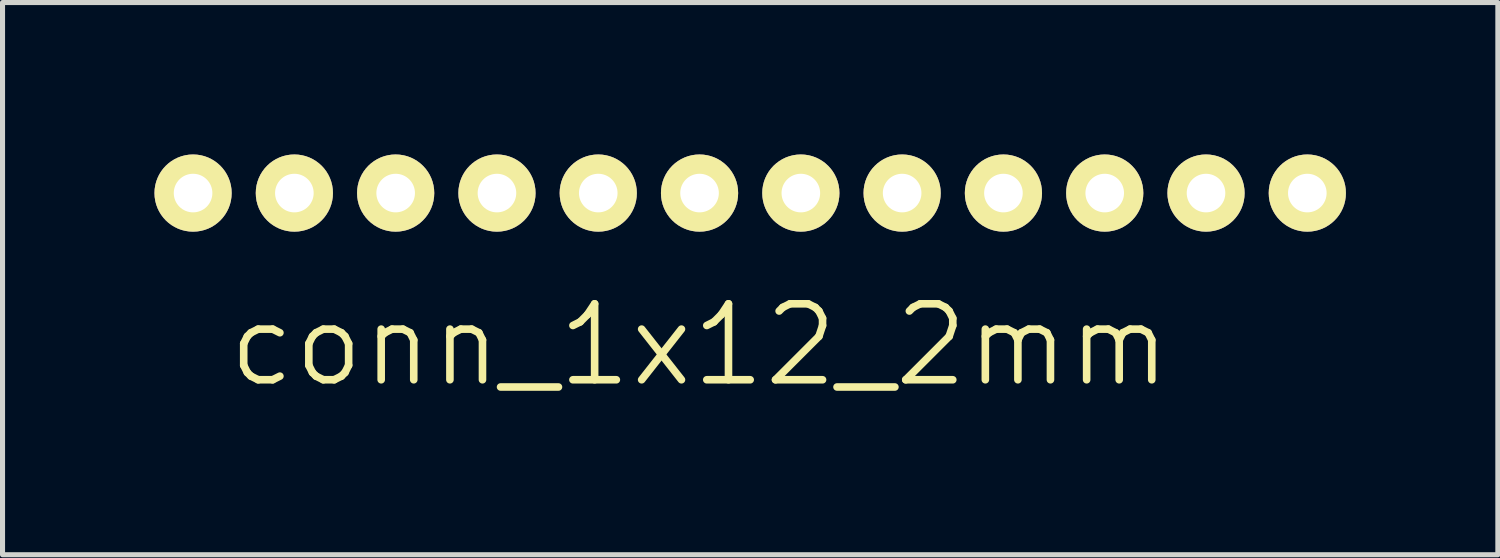
<source format=kicad_pcb>
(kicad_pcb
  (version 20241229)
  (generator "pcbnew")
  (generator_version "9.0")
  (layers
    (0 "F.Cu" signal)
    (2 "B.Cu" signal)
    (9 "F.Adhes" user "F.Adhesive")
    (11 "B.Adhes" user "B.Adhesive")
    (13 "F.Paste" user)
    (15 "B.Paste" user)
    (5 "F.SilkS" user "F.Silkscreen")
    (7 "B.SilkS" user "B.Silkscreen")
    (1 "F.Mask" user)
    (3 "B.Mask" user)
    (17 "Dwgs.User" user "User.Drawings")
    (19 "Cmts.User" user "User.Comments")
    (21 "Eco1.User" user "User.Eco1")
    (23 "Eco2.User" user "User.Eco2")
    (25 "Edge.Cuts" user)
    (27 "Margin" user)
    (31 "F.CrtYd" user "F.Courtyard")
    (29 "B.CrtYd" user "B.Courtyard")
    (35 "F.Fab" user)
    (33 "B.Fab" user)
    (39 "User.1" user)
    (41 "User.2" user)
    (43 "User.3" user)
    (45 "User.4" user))
  (footprint "conn_1x12_2mm"
    (layer "F.Cu")
    (at 11.762 0.762)
    (property "Reference" "conn_1x12_2mm" (at -1 3 0) (layer "F.SilkS") (effects (font (size 1.5 1.5) (thickness 0.15))))
    (attr through_hole)
    (pad "1" thru_hole circle (at -11 0) (size 1.524 1.524) (drill 0.762) (layers "*.Cu" "*.Mask" "F.SilkS"))
    (pad "2" thru_hole circle (at -9 0) (size 1.524 1.524) (drill 0.762) (layers "*.Cu" "*.Mask" "F.SilkS"))
    (pad "3" thru_hole circle (at -7 0) (size 1.524 1.524) (drill 0.762) (layers "*.Cu" "*.Mask" "F.SilkS"))
    (pad "4" thru_hole circle (at -5 0) (size 1.524 1.524) (drill 0.762) (layers "*.Cu" "*.Mask" "F.SilkS"))
    (pad "5" thru_hole circle (at -3 0) (size 1.524 1.524) (drill 0.762) (layers "*.Cu" "*.Mask" "F.SilkS"))
    (pad "6" thru_hole circle (at -1 0) (size 1.524 1.524) (drill 0.762) (layers "*.Cu" "*.Mask" "F.SilkS"))
    (pad "7" thru_hole circle (at 1 0) (size 1.524 1.524) (drill 0.762) (layers "*.Cu" "*.Mask" "F.SilkS"))
    (pad "8" thru_hole circle (at 3 0) (size 1.524 1.524) (drill 0.762) (layers "*.Cu" "*.Mask" "F.SilkS"))
    (pad "9" thru_hole circle (at 5 0) (size 1.524 1.524) (drill 0.762) (layers "*.Cu" "*.Mask" "F.SilkS"))
    (pad "10" thru_hole circle (at 7 0) (size 1.524 1.524) (drill 0.762) (layers "*.Cu" "*.Mask" "F.SilkS"))
    (pad "11" thru_hole circle (at 9 0) (size 1.524 1.524) (drill 0.762) (layers "*.Cu" "*.Mask" "F.SilkS"))
    (pad "12" thru_hole circle (at 11 0) (size 1.524 1.524) (drill 0.762) (layers "*.Cu" "*.Mask" "F.SilkS")))
  (gr_rect
    (start -3 -3)
    (end 26.524 7.903)
    (stroke (width 0.1) (type default))
    (fill no)
    (layer "Edge.Cuts")))
</source>
